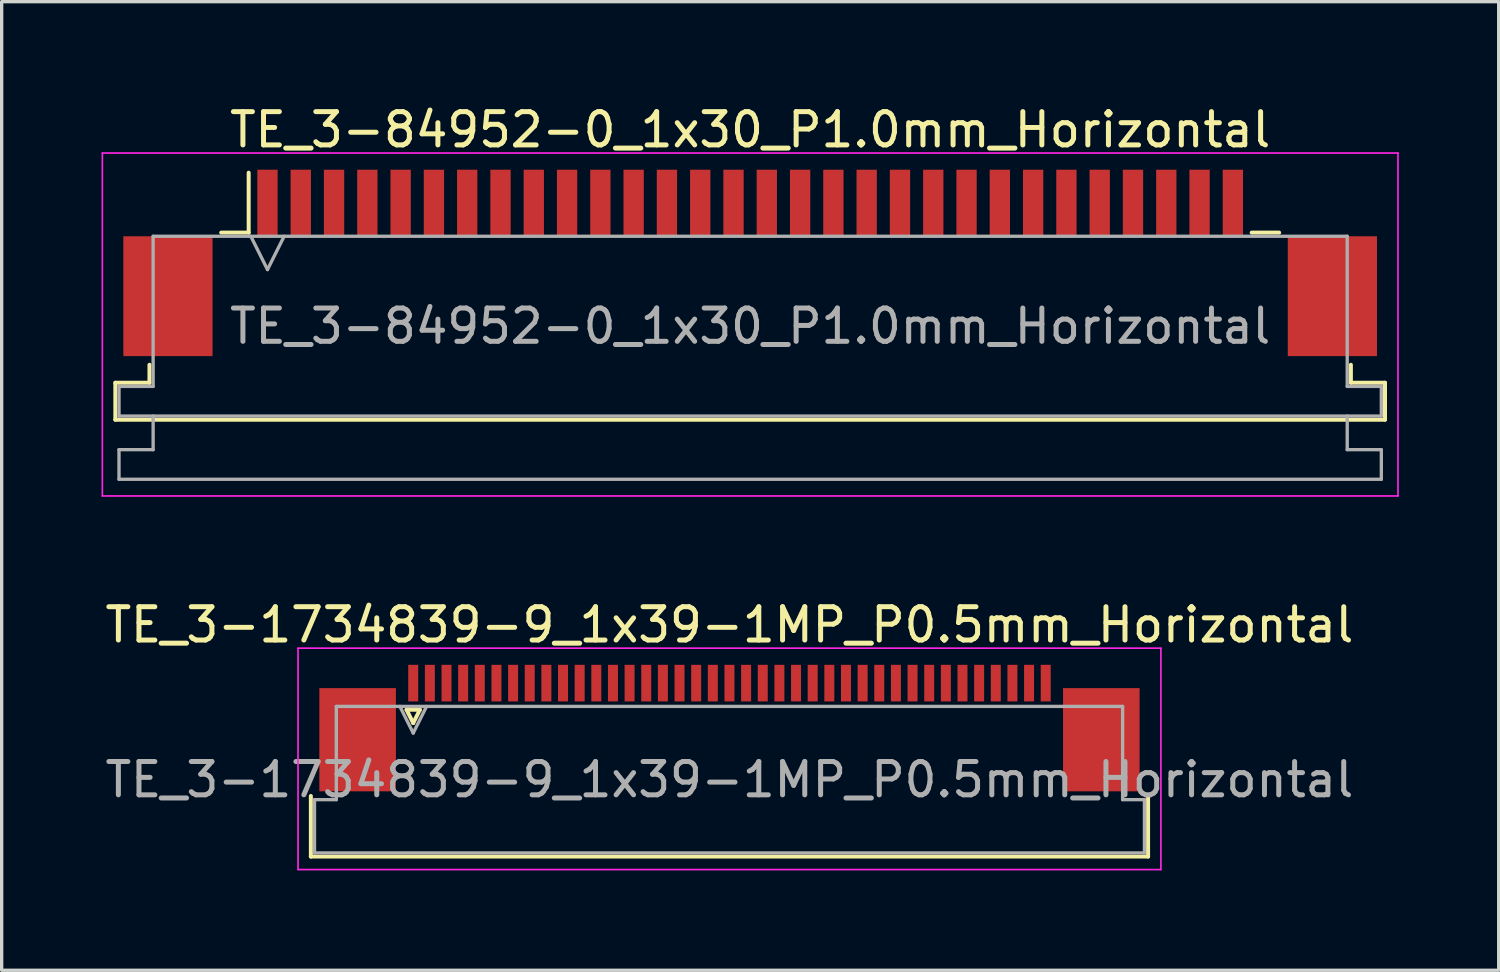
<source format=kicad_pcb>
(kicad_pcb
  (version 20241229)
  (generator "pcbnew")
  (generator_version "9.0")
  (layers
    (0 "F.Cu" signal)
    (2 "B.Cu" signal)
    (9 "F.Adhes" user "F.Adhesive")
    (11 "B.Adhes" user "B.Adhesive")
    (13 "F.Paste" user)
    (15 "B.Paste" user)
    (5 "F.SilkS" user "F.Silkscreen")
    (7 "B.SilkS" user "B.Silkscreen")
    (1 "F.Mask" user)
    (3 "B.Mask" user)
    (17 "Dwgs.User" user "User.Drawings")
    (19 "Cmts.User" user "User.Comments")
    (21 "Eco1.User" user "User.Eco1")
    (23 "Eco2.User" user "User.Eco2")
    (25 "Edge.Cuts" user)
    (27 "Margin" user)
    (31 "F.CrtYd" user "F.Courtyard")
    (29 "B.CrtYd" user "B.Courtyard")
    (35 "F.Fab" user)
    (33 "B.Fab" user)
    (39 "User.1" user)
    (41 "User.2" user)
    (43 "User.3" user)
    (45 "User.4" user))
  (footprint "TE_3-84952-0_1x30_P1.0mm_Horizontal"
    (layer "F.Cu")
    (at 19.485 4.848)
    (property "Reference" "TE_3-84952-0_1x30_P1.0mm_Horizontal" (at 0 -4 0) (layer "F.SilkS") (effects (font (size 1 1) (thickness 0.15))))
    (attr smd)
    (fp_line (start -19.07 3.6) (end -18.045 3.6) (stroke (width 0.12) (type solid)) (layer "F.SilkS"))
    (fp_line (start -19.07 4.71) (end -19.07 3.6) (stroke (width 0.12) (type solid)) (layer "F.SilkS"))
    (fp_line (start -18.045 3.6) (end -18.045 3.06) (stroke (width 0.12) (type solid)) (layer "F.SilkS"))
    (fp_line (start -15.89 -0.91) (end -15.065 -0.91) (stroke (width 0.12) (type solid)) (layer "F.SilkS"))
    (fp_line (start -15.065 -0.91) (end -15.065 -2.71) (stroke (width 0.12) (type solid)) (layer "F.SilkS"))
    (fp_line (start 15.065 -0.91) (end 15.89 -0.91) (stroke (width 0.12) (type solid)) (layer "F.SilkS"))
    (fp_line (start 18.045 3.06) (end 18.045 3.6) (stroke (width 0.12) (type solid)) (layer "F.SilkS"))
    (fp_line (start 18.045 3.6) (end 19.07 3.6) (stroke (width 0.12) (type solid)) (layer "F.SilkS"))
    (fp_line (start 19.07 3.6) (end 19.07 4.71) (stroke (width 0.12) (type solid)) (layer "F.SilkS"))
    (fp_line (start 19.07 4.71) (end -19.07 4.71) (stroke (width 0.12) (type solid)) (layer "F.SilkS"))
    (fp_line (start -19.46 -3.3) (end -19.46 7) (stroke (width 0.05) (type solid)) (layer "F.CrtYd"))
    (fp_line (start -19.46 7) (end 19.46 7) (stroke (width 0.05) (type solid)) (layer "F.CrtYd"))
    (fp_line (start 19.46 -3.3) (end -19.46 -3.3) (stroke (width 0.05) (type solid)) (layer "F.CrtYd"))
    (fp_line (start 19.46 7) (end 19.46 -3.3) (stroke (width 0.05) (type solid)) (layer "F.CrtYd"))
    (fp_line (start -18.96 3.71) (end -17.935 3.71) (stroke (width 0.1) (type solid)) (layer "F.Fab"))
    (fp_line (start -18.96 4.6) (end -18.96 3.71) (stroke (width 0.1) (type solid)) (layer "F.Fab"))
    (fp_line (start -18.96 5.61) (end -17.935 5.61) (stroke (width 0.1) (type solid)) (layer "F.Fab"))
    (fp_line (start -18.96 6.5) (end -18.96 5.61) (stroke (width 0.1) (type solid)) (layer "F.Fab"))
    (fp_line (start -17.935 -0.8) (end 17.935 -0.8) (stroke (width 0.1) (type solid)) (layer "F.Fab"))
    (fp_line (start -17.935 3.71) (end -17.935 -0.8) (stroke (width 0.1) (type solid)) (layer "F.Fab"))
    (fp_line (start -17.935 5.61) (end -17.935 4.6) (stroke (width 0.1) (type solid)) (layer "F.Fab"))
    (fp_line (start -15 -0.8) (end -14.5 0.2) (stroke (width 0.1) (type solid)) (layer "F.Fab"))
    (fp_line (start -14.5 0.2) (end -14 -0.8) (stroke (width 0.1) (type solid)) (layer "F.Fab"))
    (fp_line (start 17.935 -0.8) (end 17.935 3.71) (stroke (width 0.1) (type solid)) (layer "F.Fab"))
    (fp_line (start 17.935 3.71) (end 18.96 3.71) (stroke (width 0.1) (type solid)) (layer "F.Fab"))
    (fp_line (start 17.935 4.6) (end 17.935 5.61) (stroke (width 0.1) (type solid)) (layer "F.Fab"))
    (fp_line (start 17.935 5.61) (end 18.96 5.61) (stroke (width 0.1) (type solid)) (layer "F.Fab"))
    (fp_line (start 18.96 3.71) (end 18.96 4.6) (stroke (width 0.1) (type solid)) (layer "F.Fab"))
    (fp_line (start 18.96 4.6) (end -18.96 4.6) (stroke (width 0.1) (type solid)) (layer "F.Fab"))
    (fp_line (start 18.96 5.61) (end 18.96 6.5) (stroke (width 0.1) (type solid)) (layer "F.Fab"))
    (fp_line (start 18.96 6.5) (end -18.96 6.5) (stroke (width 0.1) (type solid)) (layer "F.Fab"))
    (fp_text user "${REFERENCE}" (at 0 1.9 0) (layer "F.Fab") (effects (font (size 1 1) (thickness 0.15))))
    (pad "" smd rect (at -17.49 1) (size 2.68 3.6) (layers "F.Cu" "F.Mask" "F.Paste"))
    (pad "" smd rect (at 17.49 1) (size 2.68 3.6) (layers "F.Cu" "F.Mask" "F.Paste"))
    (pad "1" smd rect (at -14.5 -1.8) (size 0.61 2) (layers "F.Cu" "F.Mask" "F.Paste"))
    (pad "2" smd rect (at -13.5 -1.8) (size 0.61 2) (layers "F.Cu" "F.Mask" "F.Paste"))
    (pad "3" smd rect (at -12.5 -1.8) (size 0.61 2) (layers "F.Cu" "F.Mask" "F.Paste"))
    (pad "4" smd rect (at -11.5 -1.8) (size 0.61 2) (layers "F.Cu" "F.Mask" "F.Paste"))
    (pad "5" smd rect (at -10.5 -1.8) (size 0.61 2) (layers "F.Cu" "F.Mask" "F.Paste"))
    (pad "6" smd rect (at -9.5 -1.8) (size 0.61 2) (layers "F.Cu" "F.Mask" "F.Paste"))
    (pad "7" smd rect (at -8.5 -1.8) (size 0.61 2) (layers "F.Cu" "F.Mask" "F.Paste"))
    (pad "8" smd rect (at -7.5 -1.8) (size 0.61 2) (layers "F.Cu" "F.Mask" "F.Paste"))
    (pad "9" smd rect (at -6.5 -1.8) (size 0.61 2) (layers "F.Cu" "F.Mask" "F.Paste"))
    (pad "10" smd rect (at -5.5 -1.8) (size 0.61 2) (layers "F.Cu" "F.Mask" "F.Paste"))
    (pad "11" smd rect (at -4.5 -1.8) (size 0.61 2) (layers "F.Cu" "F.Mask" "F.Paste"))
    (pad "12" smd rect (at -3.5 -1.8) (size 0.61 2) (layers "F.Cu" "F.Mask" "F.Paste"))
    (pad "13" smd rect (at -2.5 -1.8) (size 0.61 2) (layers "F.Cu" "F.Mask" "F.Paste"))
    (pad "14" smd rect (at -1.5 -1.8) (size 0.61 2) (layers "F.Cu" "F.Mask" "F.Paste"))
    (pad "15" smd rect (at -0.5 -1.8) (size 0.61 2) (layers "F.Cu" "F.Mask" "F.Paste"))
    (pad "16" smd rect (at 0.5 -1.8) (size 0.61 2) (layers "F.Cu" "F.Mask" "F.Paste"))
    (pad "17" smd rect (at 1.5 -1.8) (size 0.61 2) (layers "F.Cu" "F.Mask" "F.Paste"))
    (pad "18" smd rect (at 2.5 -1.8) (size 0.61 2) (layers "F.Cu" "F.Mask" "F.Paste"))
    (pad "19" smd rect (at 3.5 -1.8) (size 0.61 2) (layers "F.Cu" "F.Mask" "F.Paste"))
    (pad "20" smd rect (at 4.5 -1.8) (size 0.61 2) (layers "F.Cu" "F.Mask" "F.Paste"))
    (pad "21" smd rect (at 5.5 -1.8) (size 0.61 2) (layers "F.Cu" "F.Mask" "F.Paste"))
    (pad "22" smd rect (at 6.5 -1.8) (size 0.61 2) (layers "F.Cu" "F.Mask" "F.Paste"))
    (pad "23" smd rect (at 7.5 -1.8) (size 0.61 2) (layers "F.Cu" "F.Mask" "F.Paste"))
    (pad "24" smd rect (at 8.5 -1.8) (size 0.61 2) (layers "F.Cu" "F.Mask" "F.Paste"))
    (pad "25" smd rect (at 9.5 -1.8) (size 0.61 2) (layers "F.Cu" "F.Mask" "F.Paste"))
    (pad "26" smd rect (at 10.5 -1.8) (size 0.61 2) (layers "F.Cu" "F.Mask" "F.Paste"))
    (pad "27" smd rect (at 11.5 -1.8) (size 0.61 2) (layers "F.Cu" "F.Mask" "F.Paste"))
    (pad "28" smd rect (at 12.5 -1.8) (size 0.61 2) (layers "F.Cu" "F.Mask" "F.Paste"))
    (pad "29" smd rect (at 13.5 -1.8) (size 0.61 2) (layers "F.Cu" "F.Mask" "F.Paste"))
    (pad "30" smd rect (at 14.5 -1.8) (size 0.61 2) (layers "F.Cu" "F.Mask" "F.Paste")))
  (footprint "TE_3-1734839-9_1x39-1MP_P0.5mm_Horizontal"
    (layer "F.Cu")
    (at 18.863 19.721)
    (property "Reference" "TE_3-1734839-9_1x39-1MP_P0.5mm_Horizontal" (at 0 -4 0) (layer "F.SilkS") (effects (font (size 1 1) (thickness 0.15))))
    (attr smd)
    (fp_line (start -12.575 2.96) (end -12.575 1.14) (stroke (width 0.12) (type solid)) (layer "F.SilkS"))
    (fp_line (start -9.7 -1.45) (end -9.5 -1.05) (stroke (width 0.12) (type solid)) (layer "F.SilkS"))
    (fp_line (start -9.5 -1.05) (end -9.3 -1.45) (stroke (width 0.12) (type solid)) (layer "F.SilkS"))
    (fp_line (start -9.3 -1.45) (end -9.7 -1.45) (stroke (width 0.12) (type solid)) (layer "F.SilkS"))
    (fp_line (start 12.575 1.14) (end 12.575 2.96) (stroke (width 0.12) (type solid)) (layer "F.SilkS"))
    (fp_line (start 12.575 2.96) (end -12.575 2.96) (stroke (width 0.12) (type solid)) (layer "F.SilkS"))
    (fp_line (start -12.96 -3.3) (end -12.96 3.35) (stroke (width 0.05) (type solid)) (layer "F.CrtYd"))
    (fp_line (start -12.96 3.35) (end 12.96 3.35) (stroke (width 0.05) (type solid)) (layer "F.CrtYd"))
    (fp_line (start 12.96 -3.3) (end -12.96 -3.3) (stroke (width 0.05) (type solid)) (layer "F.CrtYd"))
    (fp_line (start 12.96 3.35) (end 12.96 -3.3) (stroke (width 0.05) (type solid)) (layer "F.CrtYd"))
    (fp_line (start -12.465 1.25) (end -11.81 1.25) (stroke (width 0.1) (type solid)) (layer "F.Fab"))
    (fp_line (start -12.465 2.85) (end -12.465 1.25) (stroke (width 0.1) (type solid)) (layer "F.Fab"))
    (fp_line (start -11.81 -1.55) (end 11.81 -1.55) (stroke (width 0.1) (type solid)) (layer "F.Fab"))
    (fp_line (start -11.81 1.25) (end -11.81 -1.55) (stroke (width 0.1) (type solid)) (layer "F.Fab"))
    (fp_line (start -9.9 -1.55) (end -9.5 -0.75) (stroke (width 0.1) (type solid)) (layer "F.Fab"))
    (fp_line (start -9.5 -0.75) (end -9.1 -1.55) (stroke (width 0.1) (type solid)) (layer "F.Fab"))
    (fp_line (start 11.81 -1.55) (end 11.81 1.25) (stroke (width 0.1) (type solid)) (layer "F.Fab"))
    (fp_line (start 11.81 1.25) (end 12.465 1.25) (stroke (width 0.1) (type solid)) (layer "F.Fab"))
    (fp_line (start 12.465 1.25) (end 12.465 2.85) (stroke (width 0.1) (type solid)) (layer "F.Fab"))
    (fp_line (start 12.465 2.85) (end -12.465 2.85) (stroke (width 0.1) (type solid)) (layer "F.Fab"))
    (fp_text user "${REFERENCE}" (at 0 0.65 0) (layer "F.Fab") (effects (font (size 1 1) (thickness 0.15))))
    (pad "1" smd rect (at -9.5 -2.25) (size 0.3 1.1) (layers "F.Cu" "F.Mask" "F.Paste"))
    (pad "2" smd rect (at -9 -2.25) (size 0.3 1.1) (layers "F.Cu" "F.Mask" "F.Paste"))
    (pad "3" smd rect (at -8.5 -2.25) (size 0.3 1.1) (layers "F.Cu" "F.Mask" "F.Paste"))
    (pad "4" smd rect (at -8 -2.25) (size 0.3 1.1) (layers "F.Cu" "F.Mask" "F.Paste"))
    (pad "5" smd rect (at -7.5 -2.25) (size 0.3 1.1) (layers "F.Cu" "F.Mask" "F.Paste"))
    (pad "6" smd rect (at -7 -2.25) (size 0.3 1.1) (layers "F.Cu" "F.Mask" "F.Paste"))
    (pad "7" smd rect (at -6.5 -2.25) (size 0.3 1.1) (layers "F.Cu" "F.Mask" "F.Paste"))
    (pad "8" smd rect (at -6 -2.25) (size 0.3 1.1) (layers "F.Cu" "F.Mask" "F.Paste"))
    (pad "9" smd rect (at -5.5 -2.25) (size 0.3 1.1) (layers "F.Cu" "F.Mask" "F.Paste"))
    (pad "10" smd rect (at -5 -2.25) (size 0.3 1.1) (layers "F.Cu" "F.Mask" "F.Paste"))
    (pad "11" smd rect (at -4.5 -2.25) (size 0.3 1.1) (layers "F.Cu" "F.Mask" "F.Paste"))
    (pad "12" smd rect (at -4 -2.25) (size 0.3 1.1) (layers "F.Cu" "F.Mask" "F.Paste"))
    (pad "13" smd rect (at -3.5 -2.25) (size 0.3 1.1) (layers "F.Cu" "F.Mask" "F.Paste"))
    (pad "14" smd rect (at -3 -2.25) (size 0.3 1.1) (layers "F.Cu" "F.Mask" "F.Paste"))
    (pad "15" smd rect (at -2.5 -2.25) (size 0.3 1.1) (layers "F.Cu" "F.Mask" "F.Paste"))
    (pad "16" smd rect (at -2 -2.25) (size 0.3 1.1) (layers "F.Cu" "F.Mask" "F.Paste"))
    (pad "17" smd rect (at -1.5 -2.25) (size 0.3 1.1) (layers "F.Cu" "F.Mask" "F.Paste"))
    (pad "18" smd rect (at -1 -2.25) (size 0.3 1.1) (layers "F.Cu" "F.Mask" "F.Paste"))
    (pad "19" smd rect (at -0.5 -2.25) (size 0.3 1.1) (layers "F.Cu" "F.Mask" "F.Paste"))
    (pad "20" smd rect (at 0 -2.25) (size 0.3 1.1) (layers "F.Cu" "F.Mask" "F.Paste"))
    (pad "21" smd rect (at 0.5 -2.25) (size 0.3 1.1) (layers "F.Cu" "F.Mask" "F.Paste"))
    (pad "22" smd rect (at 1 -2.25) (size 0.3 1.1) (layers "F.Cu" "F.Mask" "F.Paste"))
    (pad "23" smd rect (at 1.5 -2.25) (size 0.3 1.1) (layers "F.Cu" "F.Mask" "F.Paste"))
    (pad "24" smd rect (at 2 -2.25) (size 0.3 1.1) (layers "F.Cu" "F.Mask" "F.Paste"))
    (pad "25" smd rect (at 2.5 -2.25) (size 0.3 1.1) (layers "F.Cu" "F.Mask" "F.Paste"))
    (pad "26" smd rect (at 3 -2.25) (size 0.3 1.1) (layers "F.Cu" "F.Mask" "F.Paste"))
    (pad "27" smd rect (at 3.5 -2.25) (size 0.3 1.1) (layers "F.Cu" "F.Mask" "F.Paste"))
    (pad "28" smd rect (at 4 -2.25) (size 0.3 1.1) (layers "F.Cu" "F.Mask" "F.Paste"))
    (pad "29" smd rect (at 4.5 -2.25) (size 0.3 1.1) (layers "F.Cu" "F.Mask" "F.Paste"))
    (pad "30" smd rect (at 5 -2.25) (size 0.3 1.1) (layers "F.Cu" "F.Mask" "F.Paste"))
    (pad "31" smd rect (at 5.5 -2.25) (size 0.3 1.1) (layers "F.Cu" "F.Mask" "F.Paste"))
    (pad "32" smd rect (at 6 -2.25) (size 0.3 1.1) (layers "F.Cu" "F.Mask" "F.Paste"))
    (pad "33" smd rect (at 6.5 -2.25) (size 0.3 1.1) (layers "F.Cu" "F.Mask" "F.Paste"))
    (pad "34" smd rect (at 7 -2.25) (size 0.3 1.1) (layers "F.Cu" "F.Mask" "F.Paste"))
    (pad "35" smd rect (at 7.5 -2.25) (size 0.3 1.1) (layers "F.Cu" "F.Mask" "F.Paste"))
    (pad "36" smd rect (at 8 -2.25) (size 0.3 1.1) (layers "F.Cu" "F.Mask" "F.Paste"))
    (pad "37" smd rect (at 8.5 -2.25) (size 0.3 1.1) (layers "F.Cu" "F.Mask" "F.Paste"))
    (pad "38" smd rect (at 9 -2.25) (size 0.3 1.1) (layers "F.Cu" "F.Mask" "F.Paste"))
    (pad "39" smd rect (at 9.5 -2.25) (size 0.3 1.1) (layers "F.Cu" "F.Mask" "F.Paste"))
    (pad "MP" smd rect (at -11.17 -0.55) (size 2.3 3.1) (layers "F.Cu" "F.Mask" "F.Paste"))
    (pad "MP" smd rect (at 11.17 -0.55) (size 2.3 3.1) (layers "F.Cu" "F.Mask" "F.Paste")))
  (gr_rect
    (start -3 -3)
    (end 41.97 26.096)
    (stroke (width 0.1) (type default))
    (fill no)
    (layer "Edge.Cuts")))
</source>
